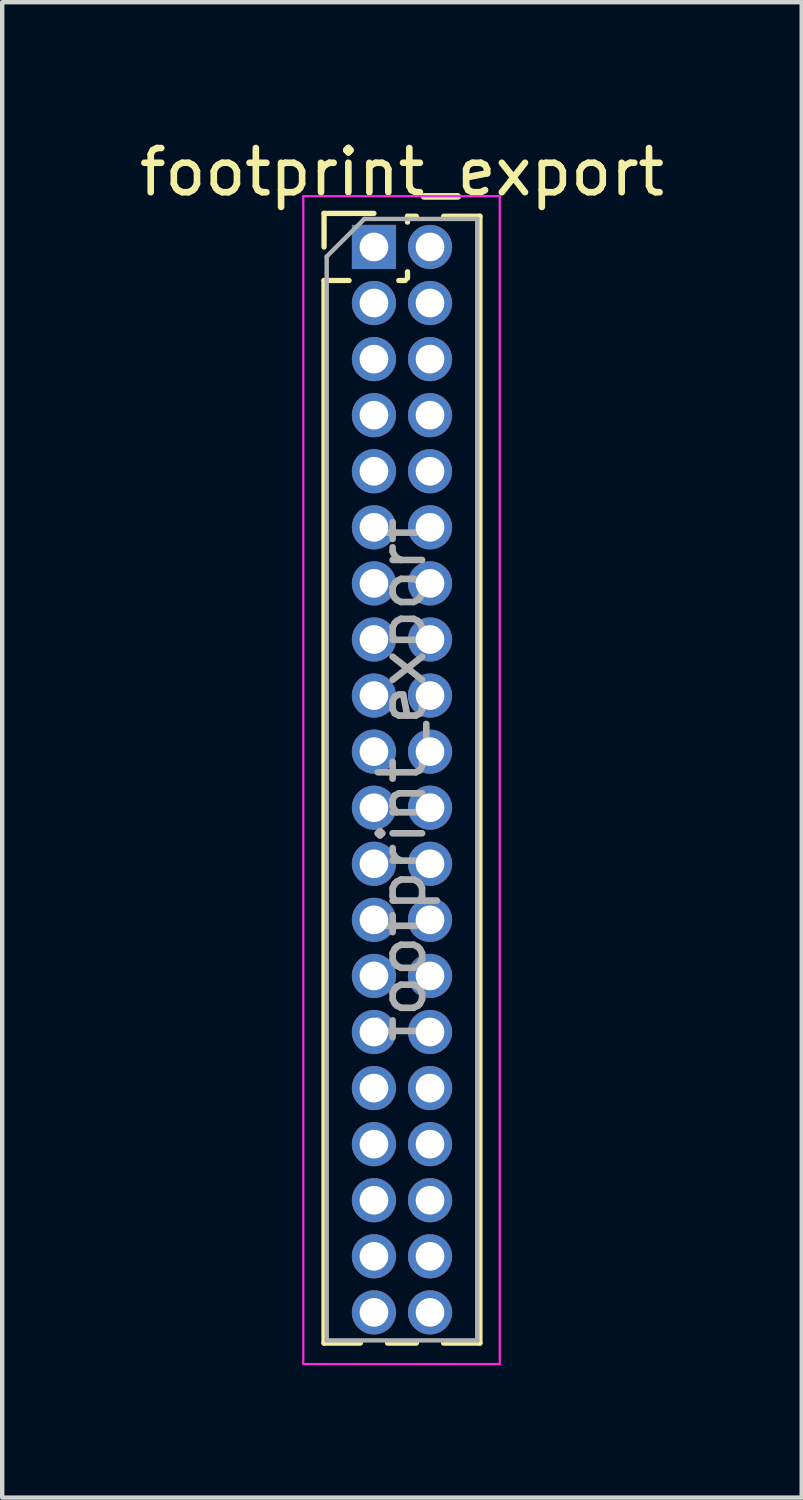
<source format=kicad_pcb>
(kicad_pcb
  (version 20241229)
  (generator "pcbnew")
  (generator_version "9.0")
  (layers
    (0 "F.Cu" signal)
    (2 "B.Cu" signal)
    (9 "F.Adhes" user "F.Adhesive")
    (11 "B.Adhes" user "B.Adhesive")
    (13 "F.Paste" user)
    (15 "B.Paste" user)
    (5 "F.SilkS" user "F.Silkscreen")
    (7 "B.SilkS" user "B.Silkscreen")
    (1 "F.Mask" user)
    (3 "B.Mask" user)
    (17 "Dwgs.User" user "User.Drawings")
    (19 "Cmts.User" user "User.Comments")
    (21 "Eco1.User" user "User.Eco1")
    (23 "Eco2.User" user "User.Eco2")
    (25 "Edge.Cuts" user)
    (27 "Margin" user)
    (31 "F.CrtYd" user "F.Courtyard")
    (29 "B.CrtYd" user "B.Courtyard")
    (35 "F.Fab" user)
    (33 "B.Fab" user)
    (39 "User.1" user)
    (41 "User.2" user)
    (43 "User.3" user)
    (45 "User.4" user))
  (footprint "footprint_export"
    (layer "F.Cu")
    (at 5.419 2.543)
    (property "Reference" "footprint_export" (at 0.635 -1.695 0) (layer "F.SilkS") (effects (font (size 1 1) (thickness 0.15))))
    (attr through_hole)
    (fp_line (start -1.13 -0.76) (end 0 -0.76) (stroke (width 0.12) (type solid)) (layer "F.SilkS"))
    (fp_line (start -1.13 0) (end -1.13 -0.76) (stroke (width 0.12) (type solid)) (layer "F.SilkS"))
    (fp_line (start -1.13 0.76) (end -1.13 24.825) (stroke (width 0.12) (type solid)) (layer "F.SilkS"))
    (fp_line (start -1.13 0.76) (end -0.563 0.76) (stroke (width 0.12) (type solid)) (layer "F.SilkS"))
    (fp_line (start -1.13 24.825) (end -0.308 24.825) (stroke (width 0.12) (type solid)) (layer "F.SilkS"))
    (fp_line (start 0.308 24.825) (end 0.962 24.825) (stroke (width 0.12) (type solid)) (layer "F.SilkS"))
    (fp_line (start 0.563 0.76) (end 0.707 0.76) (stroke (width 0.12) (type solid)) (layer "F.SilkS"))
    (fp_line (start 0.76 -0.695) (end 0.962 -0.695) (stroke (width 0.12) (type solid)) (layer "F.SilkS"))
    (fp_line (start 0.76 -0.563) (end 0.76 -0.695) (stroke (width 0.12) (type solid)) (layer "F.SilkS"))
    (fp_line (start 0.76 0.707) (end 0.76 0.563) (stroke (width 0.12) (type solid)) (layer "F.SilkS"))
    (fp_line (start 1.578 -0.695) (end 2.4 -0.695) (stroke (width 0.12) (type solid)) (layer "F.SilkS"))
    (fp_line (start 1.578 24.825) (end 2.4 24.825) (stroke (width 0.12) (type solid)) (layer "F.SilkS"))
    (fp_line (start 2.4 -0.695) (end 2.4 24.825) (stroke (width 0.12) (type solid)) (layer "F.SilkS"))
    (fp_line (start -1.6 -1.15) (end -1.6 25.3) (stroke (width 0.05) (type solid)) (layer "F.CrtYd"))
    (fp_line (start -1.6 25.3) (end 2.85 25.3) (stroke (width 0.05) (type solid)) (layer "F.CrtYd"))
    (fp_line (start 2.85 -1.15) (end -1.6 -1.15) (stroke (width 0.05) (type solid)) (layer "F.CrtYd"))
    (fp_line (start 2.85 25.3) (end 2.85 -1.15) (stroke (width 0.05) (type solid)) (layer "F.CrtYd"))
    (fp_line (start -1.07 0.217) (end -0.217 -0.635) (stroke (width 0.1) (type solid)) (layer "F.Fab"))
    (fp_line (start -1.07 24.765) (end -1.07 0.217) (stroke (width 0.1) (type solid)) (layer "F.Fab"))
    (fp_line (start -0.217 -0.635) (end 2.34 -0.635) (stroke (width 0.1) (type solid)) (layer "F.Fab"))
    (fp_line (start 2.34 -0.635) (end 2.34 24.765) (stroke (width 0.1) (type solid)) (layer "F.Fab"))
    (fp_line (start 2.34 24.765) (end -1.07 24.765) (stroke (width 0.1) (type solid)) (layer "F.Fab"))
    (fp_text user "${REFERENCE}" (at 0.635 12.065 90) (layer "F.Fab") (effects (font (size 1 1) (thickness 0.15))))
    (pad "1" thru_hole rect (at 0 0) (size 1 1) (drill 0.65) (layers "*.Cu" "*.Mask"))
    (pad "2" thru_hole oval (at 1.27 0) (size 1 1) (drill 0.65) (layers "*.Cu" "*.Mask"))
    (pad "3" thru_hole oval (at 0 1.27) (size 1 1) (drill 0.65) (layers "*.Cu" "*.Mask"))
    (pad "4" thru_hole oval (at 1.27 1.27) (size 1 1) (drill 0.65) (layers "*.Cu" "*.Mask"))
    (pad "5" thru_hole oval (at 0 2.54) (size 1 1) (drill 0.65) (layers "*.Cu" "*.Mask"))
    (pad "6" thru_hole oval (at 1.27 2.54) (size 1 1) (drill 0.65) (layers "*.Cu" "*.Mask"))
    (pad "7" thru_hole oval (at 0 3.81) (size 1 1) (drill 0.65) (layers "*.Cu" "*.Mask"))
    (pad "8" thru_hole oval (at 1.27 3.81) (size 1 1) (drill 0.65) (layers "*.Cu" "*.Mask"))
    (pad "9" thru_hole oval (at 0 5.08) (size 1 1) (drill 0.65) (layers "*.Cu" "*.Mask"))
    (pad "10" thru_hole oval (at 1.27 5.08) (size 1 1) (drill 0.65) (layers "*.Cu" "*.Mask"))
    (pad "11" thru_hole oval (at 0 6.35) (size 1 1) (drill 0.65) (layers "*.Cu" "*.Mask"))
    (pad "12" thru_hole oval (at 1.27 6.35) (size 1 1) (drill 0.65) (layers "*.Cu" "*.Mask"))
    (pad "13" thru_hole oval (at 0 7.62) (size 1 1) (drill 0.65) (layers "*.Cu" "*.Mask"))
    (pad "14" thru_hole oval (at 1.27 7.62) (size 1 1) (drill 0.65) (layers "*.Cu" "*.Mask"))
    (pad "15" thru_hole oval (at 0 8.89) (size 1 1) (drill 0.65) (layers "*.Cu" "*.Mask"))
    (pad "16" thru_hole oval (at 1.27 8.89) (size 1 1) (drill 0.65) (layers "*.Cu" "*.Mask"))
    (pad "17" thru_hole oval (at 0 10.16) (size 1 1) (drill 0.65) (layers "*.Cu" "*.Mask"))
    (pad "18" thru_hole oval (at 1.27 10.16) (size 1 1) (drill 0.65) (layers "*.Cu" "*.Mask"))
    (pad "19" thru_hole oval (at 0 11.43) (size 1 1) (drill 0.65) (layers "*.Cu" "*.Mask"))
    (pad "20" thru_hole oval (at 1.27 11.43) (size 1 1) (drill 0.65) (layers "*.Cu" "*.Mask"))
    (pad "21" thru_hole oval (at 0 12.7) (size 1 1) (drill 0.65) (layers "*.Cu" "*.Mask"))
    (pad "22" thru_hole oval (at 1.27 12.7) (size 1 1) (drill 0.65) (layers "*.Cu" "*.Mask"))
    (pad "23" thru_hole oval (at 0 13.97) (size 1 1) (drill 0.65) (layers "*.Cu" "*.Mask"))
    (pad "24" thru_hole oval (at 1.27 13.97) (size 1 1) (drill 0.65) (layers "*.Cu" "*.Mask"))
    (pad "25" thru_hole oval (at 0 15.24) (size 1 1) (drill 0.65) (layers "*.Cu" "*.Mask"))
    (pad "26" thru_hole oval (at 1.27 15.24) (size 1 1) (drill 0.65) (layers "*.Cu" "*.Mask"))
    (pad "27" thru_hole oval (at 0 16.51) (size 1 1) (drill 0.65) (layers "*.Cu" "*.Mask"))
    (pad "28" thru_hole oval (at 1.27 16.51) (size 1 1) (drill 0.65) (layers "*.Cu" "*.Mask"))
    (pad "29" thru_hole oval (at 0 17.78) (size 1 1) (drill 0.65) (layers "*.Cu" "*.Mask"))
    (pad "30" thru_hole oval (at 1.27 17.78) (size 1 1) (drill 0.65) (layers "*.Cu" "*.Mask"))
    (pad "31" thru_hole oval (at 0 19.05) (size 1 1) (drill 0.65) (layers "*.Cu" "*.Mask"))
    (pad "32" thru_hole oval (at 1.27 19.05) (size 1 1) (drill 0.65) (layers "*.Cu" "*.Mask"))
    (pad "33" thru_hole oval (at 0 20.32) (size 1 1) (drill 0.65) (layers "*.Cu" "*.Mask"))
    (pad "34" thru_hole oval (at 1.27 20.32) (size 1 1) (drill 0.65) (layers "*.Cu" "*.Mask"))
    (pad "35" thru_hole oval (at 0 21.59) (size 1 1) (drill 0.65) (layers "*.Cu" "*.Mask"))
    (pad "36" thru_hole oval (at 1.27 21.59) (size 1 1) (drill 0.65) (layers "*.Cu" "*.Mask"))
    (pad "37" thru_hole oval (at 0 22.86) (size 1 1) (drill 0.65) (layers "*.Cu" "*.Mask"))
    (pad "38" thru_hole oval (at 1.27 22.86) (size 1 1) (drill 0.65) (layers "*.Cu" "*.Mask"))
    (pad "39" thru_hole oval (at 0 24.13) (size 1 1) (drill 0.65) (layers "*.Cu" "*.Mask"))
    (pad "40" thru_hole oval (at 1.27 24.13) (size 1 1) (drill 0.65) (layers "*.Cu" "*.Mask")))
  (gr_rect
    (start -3 -3)
    (end 15.107 30.868)
    (stroke (width 0.1) (type default))
    (fill no)
    (layer "Edge.Cuts")))
</source>
